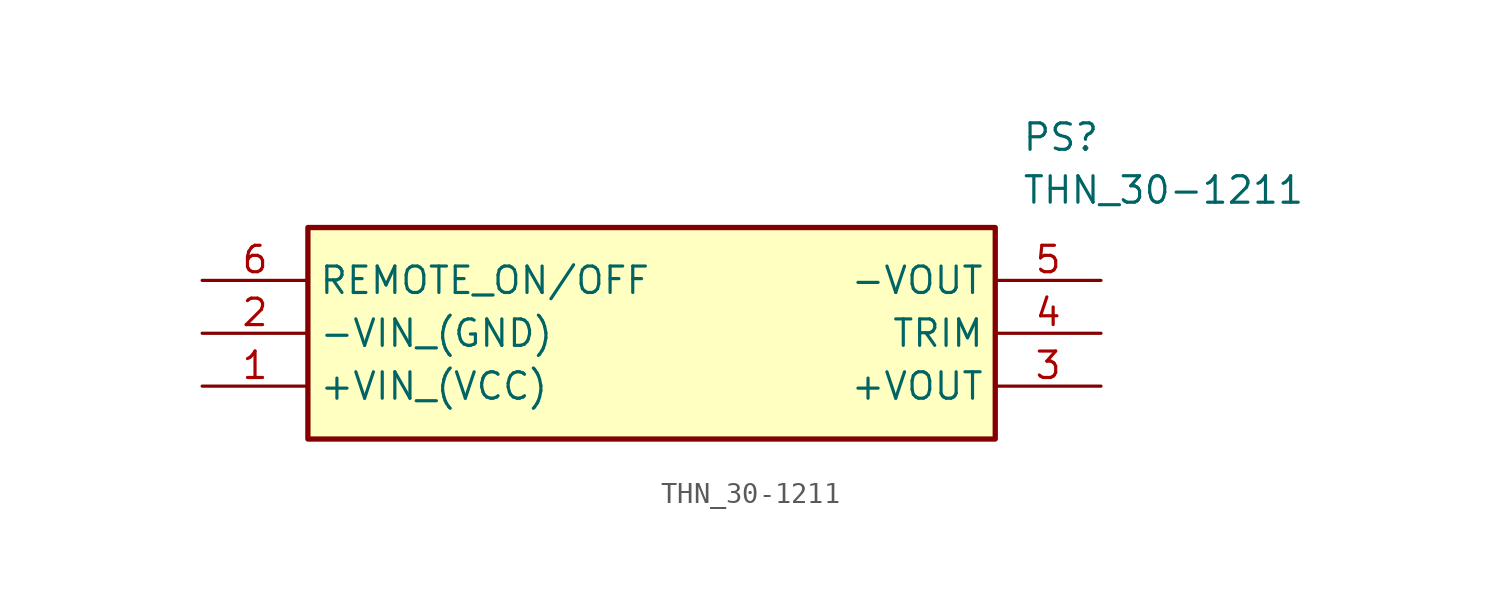
<source format=kicad_sym>
(kicad_symbol_lib
  (version 20211014)
  (generator SamacSys_ECAD_Model)
  (symbol "THN_30-1211"
    (property "Reference" "PS"
      (at 39.37 7.62 0)
      (effects (font (size 1.27 1.27)) (justify left top)))
    (property "Value" "THN_30-1211"
      (at 39.37 5.08 0)
      (effects (font (size 1.27 1.27)) (justify left top)))
    (rectangle
      (start 5.08 2.54)
      (end 38.1 -7.62)
      (stroke (width 0.254) (type default))
      (fill (type background)))
    (pin passive line
      (at 0 -5.08 0)
      (length 5.08)
      (name "+VIN_(VCC)" (effects (font (size 1.27 1.27))))
      (number "1" (effects (font (size 1.27 1.27)))))
    (pin passive line
      (at 0 -2.54 0)
      (length 5.08)
      (name "-VIN_(GND)" (effects (font (size 1.27 1.27))))
      (number "2" (effects (font (size 1.27 1.27)))))
    (pin passive line
      (at 43.18 -5.08 180)
      (length 5.08)
      (name "+VOUT" (effects (font (size 1.27 1.27))))
      (number "3" (effects (font (size 1.27 1.27)))))
    (pin passive line
      (at 43.18 -2.54 180)
      (length 5.08)
      (name "TRIM" (effects (font (size 1.27 1.27))))
      (number "4" (effects (font (size 1.27 1.27)))))
    (pin passive line
      (at 43.18 0 180)
      (length 5.08)
      (name "-VOUT" (effects (font (size 1.27 1.27))))
      (number "5" (effects (font (size 1.27 1.27)))))
    (pin passive line
      (at 0 0 0)
      (length 5.08)
      (name "REMOTE_ON/OFF" (effects (font (size 1.27 1.27))))
      (number "6" (effects (font (size 1.27 1.27)))))))
</source>
